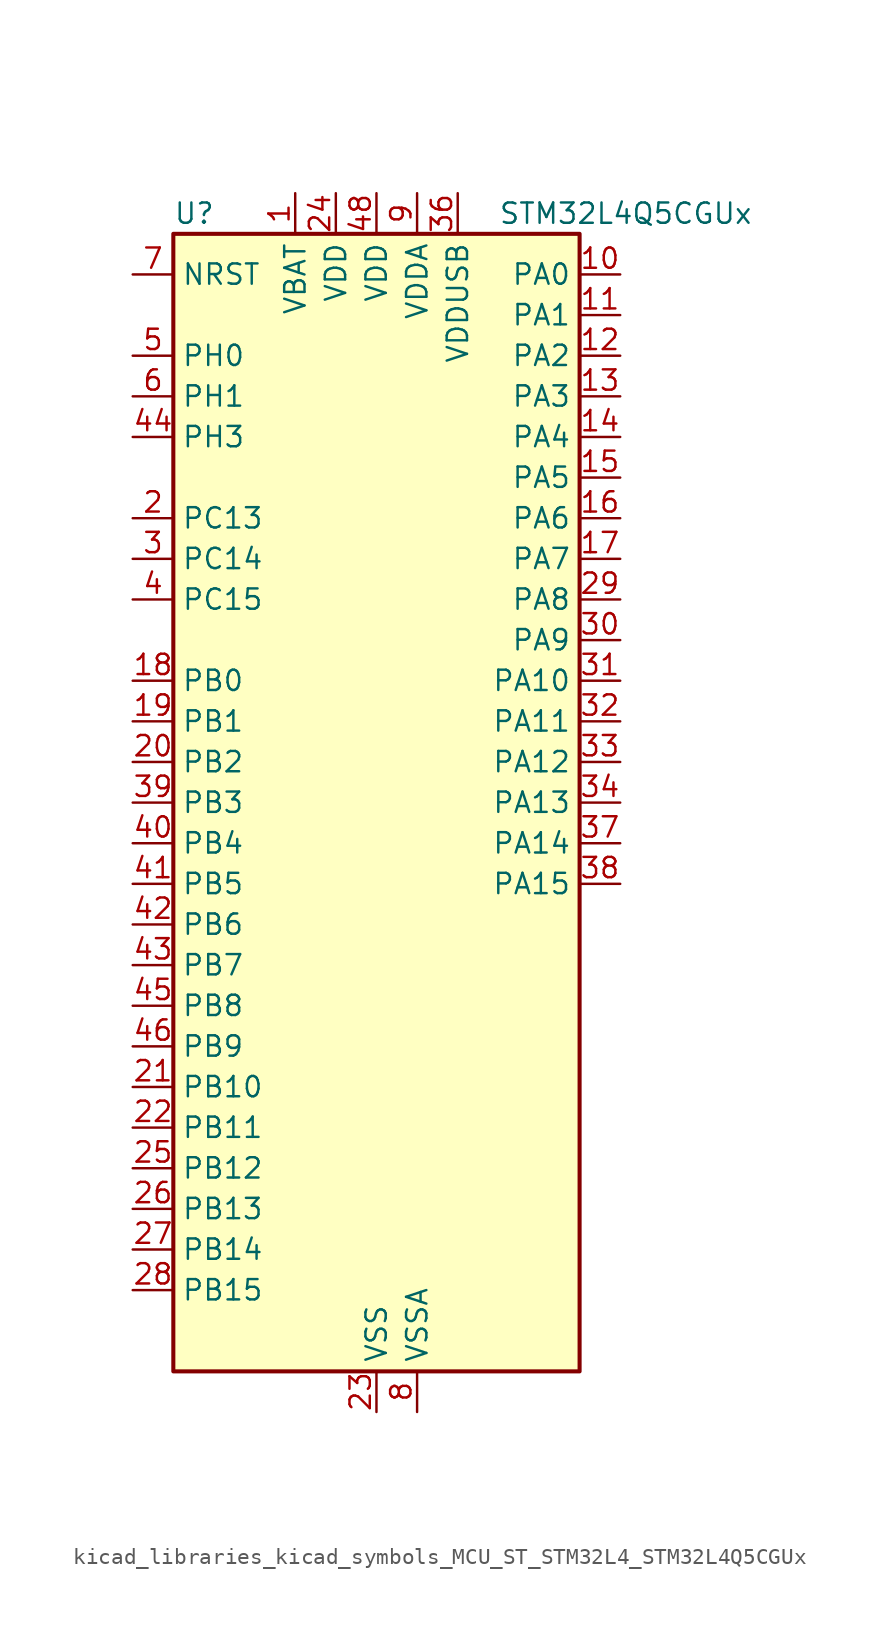
<source format=kicad_sym>
(kicad_symbol_lib
  (version 20220914)
  (generator kicad_symbol_editor)
  (symbol "kicad_libraries_kicad_symbols_MCU_ST_STM32L4_STM32L4Q5CGUx"
    (property "Reference" "U"
      (at -12.7 36.83 0)
      (effects (font (size 1.27 1.27)) (justify left)))
    (property "Value" "STM32L4Q5CGUx"
      (at 7.62 36.83 0)
      (effects (font (size 1.27 1.27)) (justify left)))
    (property "ki_locked" ""
      (at 0 0 0)
      (effects (font (size 1.27 1.27))))
    (symbol "kicad_libraries_kicad_symbols_MCU_ST_STM32L4_STM32L4Q5CGUx_0_1"
      (rectangle (start -12.7 -35.56) (end 12.7 35.56) (stroke (width 0.254) (type default)) (fill (type background))))
    (symbol "kicad_libraries_kicad_symbols_MCU_ST_STM32L4_STM32L4Q5CGUx_1_1"
      (pin power_in line (at -5.08 38.1 270) (length 2.54) (name "VBAT" (effects (font (size 1.27 1.27)))) (number "1" (effects (font (size 1.27 1.27)))))
      (pin bidirectional line (at 15.24 33.02 180) (length 2.54) (name "PA0" (effects (font (size 1.27 1.27)))) (number "10" (effects (font (size 1.27 1.27)))) (alternate "ADC1_IN5" bidirectional line) (alternate "ADC2_IN5" bidirectional line) (alternate "OPAMP1_VINP" bidirectional line) (alternate "RTC_TAMP2" bidirectional line) (alternate "SAI1_EXTCLK" bidirectional line) (alternate "SYS_WKUP1" bidirectional line) (alternate "TIM2_CH1" bidirectional line) (alternate "TIM2_ETR" bidirectional line) (alternate "TIM5_CH1" bidirectional line) (alternate "TIM8_ETR" bidirectional line) (alternate "UART4_TX" bidirectional line) (alternate "USART2_CTS" bidirectional line) (alternate "USART2_NSS" bidirectional line))
      (pin bidirectional line (at 15.24 30.48 180) (length 2.54) (name "PA1" (effects (font (size 1.27 1.27)))) (number "11" (effects (font (size 1.27 1.27)))) (alternate "ADC1_IN6" bidirectional line) (alternate "ADC2_IN6" bidirectional line) (alternate "I2C1_SMBA" bidirectional line) (alternate "OCTOSPIM_P1_DQS" bidirectional line) (alternate "OPAMP1_VINM" bidirectional line) (alternate "SDMMC2_CMD" bidirectional line) (alternate "SPI1_SCK" bidirectional line) (alternate "TIM15_CH1N" bidirectional line) (alternate "TIM2_CH2" bidirectional line) (alternate "TIM5_CH2" bidirectional line) (alternate "UART4_RX" bidirectional line) (alternate "USART2_DE" bidirectional line) (alternate "USART2_RTS" bidirectional line))
      (pin bidirectional line (at 15.24 27.94 180) (length 2.54) (name "PA2" (effects (font (size 1.27 1.27)))) (number "12" (effects (font (size 1.27 1.27)))) (alternate "ADC1_IN7" bidirectional line) (alternate "ADC2_IN7" bidirectional line) (alternate "LPUART1_TX" bidirectional line) (alternate "OCTOSPIM_P1_NCS" bidirectional line) (alternate "RCC_LSCO" bidirectional line) (alternate "SAI2_EXTCLK" bidirectional line) (alternate "SYS_WKUP4" bidirectional line) (alternate "TIM15_CH1" bidirectional line) (alternate "TIM2_CH3" bidirectional line) (alternate "TIM5_CH3" bidirectional line) (alternate "USART2_TX" bidirectional line))
      (pin bidirectional line (at 15.24 25.4 180) (length 2.54) (name "PA3" (effects (font (size 1.27 1.27)))) (number "13" (effects (font (size 1.27 1.27)))) (alternate "ADC1_IN8" bidirectional line) (alternate "ADC2_IN8" bidirectional line) (alternate "LPUART1_RX" bidirectional line) (alternate "OCTOSPIM_P1_CLK" bidirectional line) (alternate "OPAMP1_VOUT" bidirectional line) (alternate "SAI1_CK1" bidirectional line) (alternate "SAI1_MCLK_A" bidirectional line) (alternate "TIM15_CH2" bidirectional line) (alternate "TIM2_CH4" bidirectional line) (alternate "TIM5_CH4" bidirectional line) (alternate "USART2_RX" bidirectional line))
      (pin bidirectional line (at 15.24 22.86 180) (length 2.54) (name "PA4" (effects (font (size 1.27 1.27)))) (number "14" (effects (font (size 1.27 1.27)))) (alternate "ADC1_IN9" bidirectional line) (alternate "ADC2_IN9" bidirectional line) (alternate "DAC1_OUT1" bidirectional line) (alternate "LPTIM2_OUT" bidirectional line) (alternate "LTDC_CLK" bidirectional line) (alternate "OCTOSPIM_P1_NCS" bidirectional line) (alternate "SAI1_FS_B" bidirectional line) (alternate "SPI1_NSS" bidirectional line) (alternate "SPI3_NSS" bidirectional line) (alternate "USART2_CK" bidirectional line))
      (pin bidirectional line (at 15.24 20.32 180) (length 2.54) (name "PA5" (effects (font (size 1.27 1.27)))) (number "15" (effects (font (size 1.27 1.27)))) (alternate "ADC1_IN10" bidirectional line) (alternate "ADC2_IN10" bidirectional line) (alternate "DAC1_OUT2" bidirectional line) (alternate "LPTIM2_ETR" bidirectional line) (alternate "LTDC_R7" bidirectional line) (alternate "SPI1_SCK" bidirectional line) (alternate "TIM2_CH1" bidirectional line) (alternate "TIM2_ETR" bidirectional line) (alternate "TIM8_CH1N" bidirectional line))
      (pin bidirectional line (at 15.24 17.78 180) (length 2.54) (name "PA6" (effects (font (size 1.27 1.27)))) (number "16" (effects (font (size 1.27 1.27)))) (alternate "ADC1_IN11" bidirectional line) (alternate "ADC2_IN11" bidirectional line) (alternate "LPUART1_CTS" bidirectional line) (alternate "OCTOSPIM_P1_IO3" bidirectional line) (alternate "OPAMP2_VINP" bidirectional line) (alternate "SPI1_MISO" bidirectional line) (alternate "TIM16_CH1" bidirectional line) (alternate "TIM1_BKIN" bidirectional line) (alternate "TIM3_CH1" bidirectional line) (alternate "TIM8_BKIN" bidirectional line) (alternate "USART3_CTS" bidirectional line) (alternate "USART3_NSS" bidirectional line))
      (pin bidirectional line (at 15.24 15.24 180) (length 2.54) (name "PA7" (effects (font (size 1.27 1.27)))) (number "17" (effects (font (size 1.27 1.27)))) (alternate "ADC1_IN12" bidirectional line) (alternate "ADC2_IN12" bidirectional line) (alternate "I2C3_SCL" bidirectional line) (alternate "OCTOSPIM_P1_IO2" bidirectional line) (alternate "OPAMP2_VINM" bidirectional line) (alternate "SPI1_MOSI" bidirectional line) (alternate "TIM17_CH1" bidirectional line) (alternate "TIM1_CH1N" bidirectional line) (alternate "TIM3_CH2" bidirectional line) (alternate "TIM8_CH1N" bidirectional line))
      (pin bidirectional line (at -15.24 7.62 0) (length 2.54) (name "PB0" (effects (font (size 1.27 1.27)))) (number "18" (effects (font (size 1.27 1.27)))) (alternate "ADC1_IN15" bidirectional line) (alternate "ADC2_IN15" bidirectional line) (alternate "COMP1_OUT" bidirectional line) (alternate "LTDC_B6" bidirectional line) (alternate "OCTOSPIM_P1_IO1" bidirectional line) (alternate "OPAMP2_VOUT" bidirectional line) (alternate "SAI1_EXTCLK" bidirectional line) (alternate "SPI1_NSS" bidirectional line) (alternate "TIM1_CH2N" bidirectional line) (alternate "TIM3_CH3" bidirectional line) (alternate "TIM8_CH2N" bidirectional line) (alternate "USART3_CK" bidirectional line))
      (pin bidirectional line (at -15.24 5.08 0) (length 2.54) (name "PB1" (effects (font (size 1.27 1.27)))) (number "19" (effects (font (size 1.27 1.27)))) (alternate "ADC1_IN16" bidirectional line) (alternate "ADC2_IN16" bidirectional line) (alternate "COMP1_INM" bidirectional line) (alternate "DFSDM1_DATIN0" bidirectional line) (alternate "LPTIM2_IN1" bidirectional line) (alternate "LPUART1_DE" bidirectional line) (alternate "LPUART1_RTS" bidirectional line) (alternate "LTDC_G6" bidirectional line) (alternate "OCTOSPIM_P1_IO0" bidirectional line) (alternate "TIM1_CH3N" bidirectional line) (alternate "TIM3_CH4" bidirectional line) (alternate "TIM8_CH3N" bidirectional line) (alternate "USART3_DE" bidirectional line) (alternate "USART3_RTS" bidirectional line))
      (pin bidirectional line (at -15.24 17.78 0) (length 2.54) (name "PC13" (effects (font (size 1.27 1.27)))) (number "2" (effects (font (size 1.27 1.27)))) (alternate "RTC_OUT1" bidirectional line) (alternate "RTC_TAMP1" bidirectional line) (alternate "RTC_TS" bidirectional line) (alternate "SYS_WKUP2" bidirectional line))
      (pin bidirectional line (at -15.24 2.54 0) (length 2.54) (name "PB2" (effects (font (size 1.27 1.27)))) (number "20" (effects (font (size 1.27 1.27)))) (alternate "COMP1_INP" bidirectional line) (alternate "DFSDM1_CKIN0" bidirectional line) (alternate "I2C3_SMBA" bidirectional line) (alternate "LPTIM1_OUT" bidirectional line) (alternate "OCTOSPIM_P1_DQS" bidirectional line) (alternate "RTC_OUT2" bidirectional line))
      (pin bidirectional line (at -15.24 -17.78 0) (length 2.54) (name "PB10" (effects (font (size 1.27 1.27)))) (number "21" (effects (font (size 1.27 1.27)))) (alternate "COMP1_OUT" bidirectional line) (alternate "I2C2_SCL" bidirectional line) (alternate "I2C4_SCL" bidirectional line) (alternate "LPUART1_RX" bidirectional line) (alternate "OCTOSPIM_P1_CLK" bidirectional line) (alternate "OCTOSPIM_P1_IO3" bidirectional line) (alternate "SAI1_SCK_A" bidirectional line) (alternate "SPI2_SCK" bidirectional line) (alternate "TIM2_CH3" bidirectional line) (alternate "TSC_SYNC" bidirectional line) (alternate "USART3_TX" bidirectional line))
      (pin bidirectional line (at -15.24 -20.32 0) (length 2.54) (name "PB11" (effects (font (size 1.27 1.27)))) (number "22" (effects (font (size 1.27 1.27)))) (alternate "ADC1_EXTI11" bidirectional line) (alternate "ADC2_EXTI11" bidirectional line) (alternate "COMP2_OUT" bidirectional line) (alternate "I2C2_SDA" bidirectional line) (alternate "I2C4_SDA" bidirectional line) (alternate "LPUART1_TX" bidirectional line) (alternate "LTDC_VSYNC" bidirectional line) (alternate "OCTOSPIM_P1_NCS" bidirectional line) (alternate "TIM2_CH4" bidirectional line) (alternate "USART3_RX" bidirectional line))
      (pin power_in line (at 0 -38.1 90) (length 2.54) (name "VSS" (effects (font (size 1.27 1.27)))) (number "23" (effects (font (size 1.27 1.27)))))
      (pin power_in line (at -2.54 38.1 270) (length 2.54) (name "VDD" (effects (font (size 1.27 1.27)))) (number "24" (effects (font (size 1.27 1.27)))))
      (pin bidirectional line (at -15.24 -22.86 0) (length 2.54) (name "PB12" (effects (font (size 1.27 1.27)))) (number "25" (effects (font (size 1.27 1.27)))) (alternate "DFSDM1_DATIN1" bidirectional line) (alternate "I2C2_SMBA" bidirectional line) (alternate "LPUART1_DE" bidirectional line) (alternate "LPUART1_RTS" bidirectional line) (alternate "OCTOSPIM_P1_NCLK" bidirectional line) (alternate "SAI2_FS_A" bidirectional line) (alternate "SDMMC2_CK" bidirectional line) (alternate "SPI2_NSS" bidirectional line) (alternate "TIM15_BKIN" bidirectional line) (alternate "TIM1_BKIN" bidirectional line) (alternate "TSC_G1_IO1" bidirectional line) (alternate "USART3_CK" bidirectional line))
      (pin bidirectional line (at -15.24 -25.4 0) (length 2.54) (name "PB13" (effects (font (size 1.27 1.27)))) (number "26" (effects (font (size 1.27 1.27)))) (alternate "DFSDM1_CKIN1" bidirectional line) (alternate "I2C2_SCL" bidirectional line) (alternate "LPUART1_CTS" bidirectional line) (alternate "OCTOSPIM_P1_IO1" bidirectional line) (alternate "SAI2_SCK_A" bidirectional line) (alternate "SPI2_SCK" bidirectional line) (alternate "TIM15_CH1N" bidirectional line) (alternate "TIM1_CH1N" bidirectional line) (alternate "TSC_G1_IO2" bidirectional line) (alternate "USART3_CTS" bidirectional line) (alternate "USART3_NSS" bidirectional line))
      (pin bidirectional line (at -15.24 -27.94 0) (length 2.54) (name "PB14" (effects (font (size 1.27 1.27)))) (number "27" (effects (font (size 1.27 1.27)))) (alternate "DFSDM1_DATIN2" bidirectional line) (alternate "I2C2_SDA" bidirectional line) (alternate "OCTOSPIM_P1_IO6" bidirectional line) (alternate "SAI2_MCLK_A" bidirectional line) (alternate "SDMMC2_D0" bidirectional line) (alternate "SPI2_MISO" bidirectional line) (alternate "TIM15_CH1" bidirectional line) (alternate "TIM1_CH2N" bidirectional line) (alternate "TIM8_CH2N" bidirectional line) (alternate "TSC_G1_IO3" bidirectional line) (alternate "USART3_DE" bidirectional line) (alternate "USART3_RTS" bidirectional line))
      (pin bidirectional line (at -15.24 -30.48 0) (length 2.54) (name "PB15" (effects (font (size 1.27 1.27)))) (number "28" (effects (font (size 1.27 1.27)))) (alternate "ADC1_EXTI15" bidirectional line) (alternate "ADC2_EXTI15" bidirectional line) (alternate "DFSDM1_CKIN2" bidirectional line) (alternate "OCTOSPIM_P1_IO7" bidirectional line) (alternate "RTC_REFIN" bidirectional line) (alternate "SAI2_SD_A" bidirectional line) (alternate "SDMMC2_D1" bidirectional line) (alternate "SPI2_MOSI" bidirectional line) (alternate "TIM15_CH2" bidirectional line) (alternate "TIM1_CH3N" bidirectional line) (alternate "TIM8_CH3N" bidirectional line) (alternate "TSC_G1_IO4" bidirectional line))
      (pin bidirectional line (at 15.24 12.7 180) (length 2.54) (name "PA8" (effects (font (size 1.27 1.27)))) (number "29" (effects (font (size 1.27 1.27)))) (alternate "LPTIM2_OUT" bidirectional line) (alternate "LTDC_B7" bidirectional line) (alternate "RCC_MCO" bidirectional line) (alternate "SAI1_CK2" bidirectional line) (alternate "SAI1_SCK_A" bidirectional line) (alternate "TIM1_CH1" bidirectional line) (alternate "USART1_CK" bidirectional line) (alternate "USB_OTG_FS_SOF" bidirectional line))
      (pin bidirectional line (at -15.24 15.24 0) (length 2.54) (name "PC14" (effects (font (size 1.27 1.27)))) (number "3" (effects (font (size 1.27 1.27)))) (alternate "RCC_OSC32_IN" bidirectional line))
      (pin bidirectional line (at 15.24 10.16 180) (length 2.54) (name "PA9" (effects (font (size 1.27 1.27)))) (number "30" (effects (font (size 1.27 1.27)))) (alternate "DAC1_EXTI9" bidirectional line) (alternate "LTDC_G7" bidirectional line) (alternate "SAI1_FS_A" bidirectional line) (alternate "SPI2_SCK" bidirectional line) (alternate "TIM15_BKIN" bidirectional line) (alternate "TIM1_CH2" bidirectional line) (alternate "USART1_TX" bidirectional line) (alternate "USB_OTG_FS_VBUS" bidirectional line))
      (pin bidirectional line (at 15.24 7.62 180) (length 2.54) (name "PA10" (effects (font (size 1.27 1.27)))) (number "31" (effects (font (size 1.27 1.27)))) (alternate "LTDC_G6" bidirectional line) (alternate "SAI1_D1" bidirectional line) (alternate "SAI1_SD_A" bidirectional line) (alternate "TIM17_BKIN" bidirectional line) (alternate "TIM1_CH3" bidirectional line) (alternate "USART1_RX" bidirectional line) (alternate "USB_OTG_FS_ID" bidirectional line))
      (pin bidirectional line (at 15.24 5.08 180) (length 2.54) (name "PA11" (effects (font (size 1.27 1.27)))) (number "32" (effects (font (size 1.27 1.27)))) (alternate "ADC1_EXTI11" bidirectional line) (alternate "ADC2_EXTI11" bidirectional line) (alternate "CAN1_RX" bidirectional line) (alternate "LTDC_DE" bidirectional line) (alternate "SPI1_MISO" bidirectional line) (alternate "TIM1_BKIN2" bidirectional line) (alternate "TIM1_CH4" bidirectional line) (alternate "USART1_CTS" bidirectional line) (alternate "USART1_NSS" bidirectional line) (alternate "USB_OTG_FS_DM" bidirectional line))
      (pin bidirectional line (at 15.24 2.54 180) (length 2.54) (name "PA12" (effects (font (size 1.27 1.27)))) (number "33" (effects (font (size 1.27 1.27)))) (alternate "CAN1_TX" bidirectional line) (alternate "LTDC_VSYNC" bidirectional line) (alternate "OCTOSPIM_P2_NCS" bidirectional line) (alternate "SPI1_MOSI" bidirectional line) (alternate "TIM1_ETR" bidirectional line) (alternate "USART1_DE" bidirectional line) (alternate "USART1_RTS" bidirectional line) (alternate "USB_OTG_FS_DP" bidirectional line))
      (pin bidirectional line (at 15.24 0 180) (length 2.54) (name "PA13" (effects (font (size 1.27 1.27)))) (number "34" (effects (font (size 1.27 1.27)))) (alternate "IR_OUT" bidirectional line) (alternate "SAI1_SD_B" bidirectional line) (alternate "SYS_JTMS-SWDIO" bidirectional line) (alternate "USB_OTG_FS_NOE" bidirectional line))
      (pin passive line (at 0 -38.1 90) (length 2.54) hide (name "VSS" (effects (font (size 1.27 1.27)))) (number "35" (effects (font (size 1.27 1.27)))))
      (pin power_in line (at 5.08 38.1 270) (length 2.54) (name "VDDUSB" (effects (font (size 1.27 1.27)))) (number "36" (effects (font (size 1.27 1.27)))))
      (pin bidirectional line (at 15.24 -2.54 180) (length 2.54) (name "PA14" (effects (font (size 1.27 1.27)))) (number "37" (effects (font (size 1.27 1.27)))) (alternate "I2C1_SMBA" bidirectional line) (alternate "I2C4_SMBA" bidirectional line) (alternate "LPTIM1_OUT" bidirectional line) (alternate "SAI1_FS_B" bidirectional line) (alternate "SYS_JTCK-SWCLK" bidirectional line) (alternate "USB_OTG_FS_SOF" bidirectional line))
      (pin bidirectional line (at 15.24 -5.08 180) (length 2.54) (name "PA15" (effects (font (size 1.27 1.27)))) (number "38" (effects (font (size 1.27 1.27)))) (alternate "ADC1_EXTI15" bidirectional line) (alternate "ADC2_EXTI15" bidirectional line) (alternate "LTDC_HSYNC" bidirectional line) (alternate "SAI2_FS_B" bidirectional line) (alternate "SPI1_NSS" bidirectional line) (alternate "SPI3_NSS" bidirectional line) (alternate "SYS_JTDI" bidirectional line) (alternate "TIM2_CH1" bidirectional line) (alternate "TIM2_ETR" bidirectional line) (alternate "TSC_G3_IO1" bidirectional line) (alternate "UART4_DE" bidirectional line) (alternate "UART4_RTS" bidirectional line) (alternate "USART2_RX" bidirectional line) (alternate "USART3_DE" bidirectional line) (alternate "USART3_RTS" bidirectional line))
      (pin bidirectional line (at -15.24 0 0) (length 2.54) (name "PB3" (effects (font (size 1.27 1.27)))) (number "39" (effects (font (size 1.27 1.27)))) (alternate "COMP2_INM" bidirectional line) (alternate "CRS_SYNC" bidirectional line) (alternate "OCTOSPIM_P1_IO4" bidirectional line) (alternate "SAI1_SCK_B" bidirectional line) (alternate "SDMMC2_D2" bidirectional line) (alternate "SPI1_SCK" bidirectional line) (alternate "SPI3_SCK" bidirectional line) (alternate "SYS_JTDO-SWO" bidirectional line) (alternate "TIM2_CH2" bidirectional line) (alternate "USART1_DE" bidirectional line) (alternate "USART1_RTS" bidirectional line))
      (pin bidirectional line (at -15.24 12.7 0) (length 2.54) (name "PC15" (effects (font (size 1.27 1.27)))) (number "4" (effects (font (size 1.27 1.27)))) (alternate "ADC1_EXTI15" bidirectional line) (alternate "ADC2_EXTI15" bidirectional line) (alternate "RCC_OSC32_OUT" bidirectional line))
      (pin bidirectional line (at -15.24 -2.54 0) (length 2.54) (name "PB4" (effects (font (size 1.27 1.27)))) (number "40" (effects (font (size 1.27 1.27)))) (alternate "COMP2_INP" bidirectional line) (alternate "I2C3_SDA" bidirectional line) (alternate "OCTOSPIM_P1_IO5" bidirectional line) (alternate "SAI1_MCLK_B" bidirectional line) (alternate "SDMMC2_D3" bidirectional line) (alternate "SPI1_MISO" bidirectional line) (alternate "SPI3_MISO" bidirectional line) (alternate "SYS_JTRST" bidirectional line) (alternate "TIM17_BKIN" bidirectional line) (alternate "TIM3_CH1" bidirectional line) (alternate "TSC_G2_IO1" bidirectional line) (alternate "USART1_CTS" bidirectional line) (alternate "USART1_NSS" bidirectional line))
      (pin bidirectional line (at -15.24 -5.08 0) (length 2.54) (name "PB5" (effects (font (size 1.27 1.27)))) (number "41" (effects (font (size 1.27 1.27)))) (alternate "COMP2_OUT" bidirectional line) (alternate "I2C1_SMBA" bidirectional line) (alternate "LPTIM1_IN1" bidirectional line) (alternate "OCTOSPIM_P1_IO0" bidirectional line) (alternate "SAI1_SD_B" bidirectional line) (alternate "SPI1_MOSI" bidirectional line) (alternate "SPI3_MOSI" bidirectional line) (alternate "TIM16_BKIN" bidirectional line) (alternate "TIM3_CH2" bidirectional line) (alternate "TSC_G2_IO2" bidirectional line) (alternate "USART1_CK" bidirectional line))
      (pin bidirectional line (at -15.24 -7.62 0) (length 2.54) (name "PB6" (effects (font (size 1.27 1.27)))) (number "42" (effects (font (size 1.27 1.27)))) (alternate "COMP2_INP" bidirectional line) (alternate "I2C1_SCL" bidirectional line) (alternate "I2C4_SCL" bidirectional line) (alternate "LPTIM1_ETR" bidirectional line) (alternate "LTDC_R6" bidirectional line) (alternate "SAI1_FS_B" bidirectional line) (alternate "TIM16_CH1N" bidirectional line) (alternate "TIM4_CH1" bidirectional line) (alternate "TIM8_BKIN2" bidirectional line) (alternate "TSC_G2_IO3" bidirectional line) (alternate "USART1_TX" bidirectional line))
      (pin bidirectional line (at -15.24 -10.16 0) (length 2.54) (name "PB7" (effects (font (size 1.27 1.27)))) (number "43" (effects (font (size 1.27 1.27)))) (alternate "COMP2_INM" bidirectional line) (alternate "I2C1_SDA" bidirectional line) (alternate "I2C4_SDA" bidirectional line) (alternate "LPTIM1_IN2" bidirectional line) (alternate "LTDC_VSYNC" bidirectional line) (alternate "SYS_PVD_IN" bidirectional line) (alternate "TIM17_CH1N" bidirectional line) (alternate "TIM4_CH2" bidirectional line) (alternate "TIM8_BKIN" bidirectional line) (alternate "TSC_G2_IO4" bidirectional line) (alternate "UART4_CTS" bidirectional line) (alternate "USART1_RX" bidirectional line))
      (pin bidirectional line (at -15.24 22.86 0) (length 2.54) (name "PH3" (effects (font (size 1.27 1.27)))) (number "44" (effects (font (size 1.27 1.27)))))
      (pin bidirectional line (at -15.24 -12.7 0) (length 2.54) (name "PB8" (effects (font (size 1.27 1.27)))) (number "45" (effects (font (size 1.27 1.27)))) (alternate "CAN1_RX" bidirectional line) (alternate "DFSDM1_CKOUT" bidirectional line) (alternate "I2C1_SCL" bidirectional line) (alternate "LTDC_DE" bidirectional line) (alternate "SAI1_CK1" bidirectional line) (alternate "SAI1_MCLK_A" bidirectional line) (alternate "SDMMC2_D4" bidirectional line) (alternate "TIM16_CH1" bidirectional line) (alternate "TIM4_CH3" bidirectional line))
      (pin bidirectional line (at -15.24 -15.24 0) (length 2.54) (name "PB9" (effects (font (size 1.27 1.27)))) (number "46" (effects (font (size 1.27 1.27)))) (alternate "CAN1_TX" bidirectional line) (alternate "DAC1_EXTI9" bidirectional line) (alternate "I2C1_SDA" bidirectional line) (alternate "IR_OUT" bidirectional line) (alternate "SAI1_D2" bidirectional line) (alternate "SAI1_FS_A" bidirectional line) (alternate "SDMMC2_D5" bidirectional line) (alternate "SPI2_NSS" bidirectional line) (alternate "TIM17_CH1" bidirectional line) (alternate "TIM4_CH4" bidirectional line))
      (pin passive line (at 0 -38.1 90) (length 2.54) hide (name "VSS" (effects (font (size 1.27 1.27)))) (number "47" (effects (font (size 1.27 1.27)))))
      (pin power_in line (at 0 38.1 270) (length 2.54) (name "VDD" (effects (font (size 1.27 1.27)))) (number "48" (effects (font (size 1.27 1.27)))))
      (pin passive line (at 0 -38.1 90) (length 2.54) hide (name "VSS" (effects (font (size 1.27 1.27)))) (number "49" (effects (font (size 1.27 1.27)))))
      (pin bidirectional line (at -15.24 27.94 0) (length 2.54) (name "PH0" (effects (font (size 1.27 1.27)))) (number "5" (effects (font (size 1.27 1.27)))) (alternate "RCC_OSC_IN" bidirectional line))
      (pin bidirectional line (at -15.24 25.4 0) (length 2.54) (name "PH1" (effects (font (size 1.27 1.27)))) (number "6" (effects (font (size 1.27 1.27)))) (alternate "RCC_OSC_OUT" bidirectional line))
      (pin input line (at -15.24 33.02 0) (length 2.54) (name "NRST" (effects (font (size 1.27 1.27)))) (number "7" (effects (font (size 1.27 1.27)))))
      (pin power_in line (at 2.54 -38.1 90) (length 2.54) (name "VSSA" (effects (font (size 1.27 1.27)))) (number "8" (effects (font (size 1.27 1.27)))))
      (pin power_in line (at 2.54 38.1 270) (length 2.54) (name "VDDA" (effects (font (size 1.27 1.27)))) (number "9" (effects (font (size 1.27 1.27))))))))
</source>
